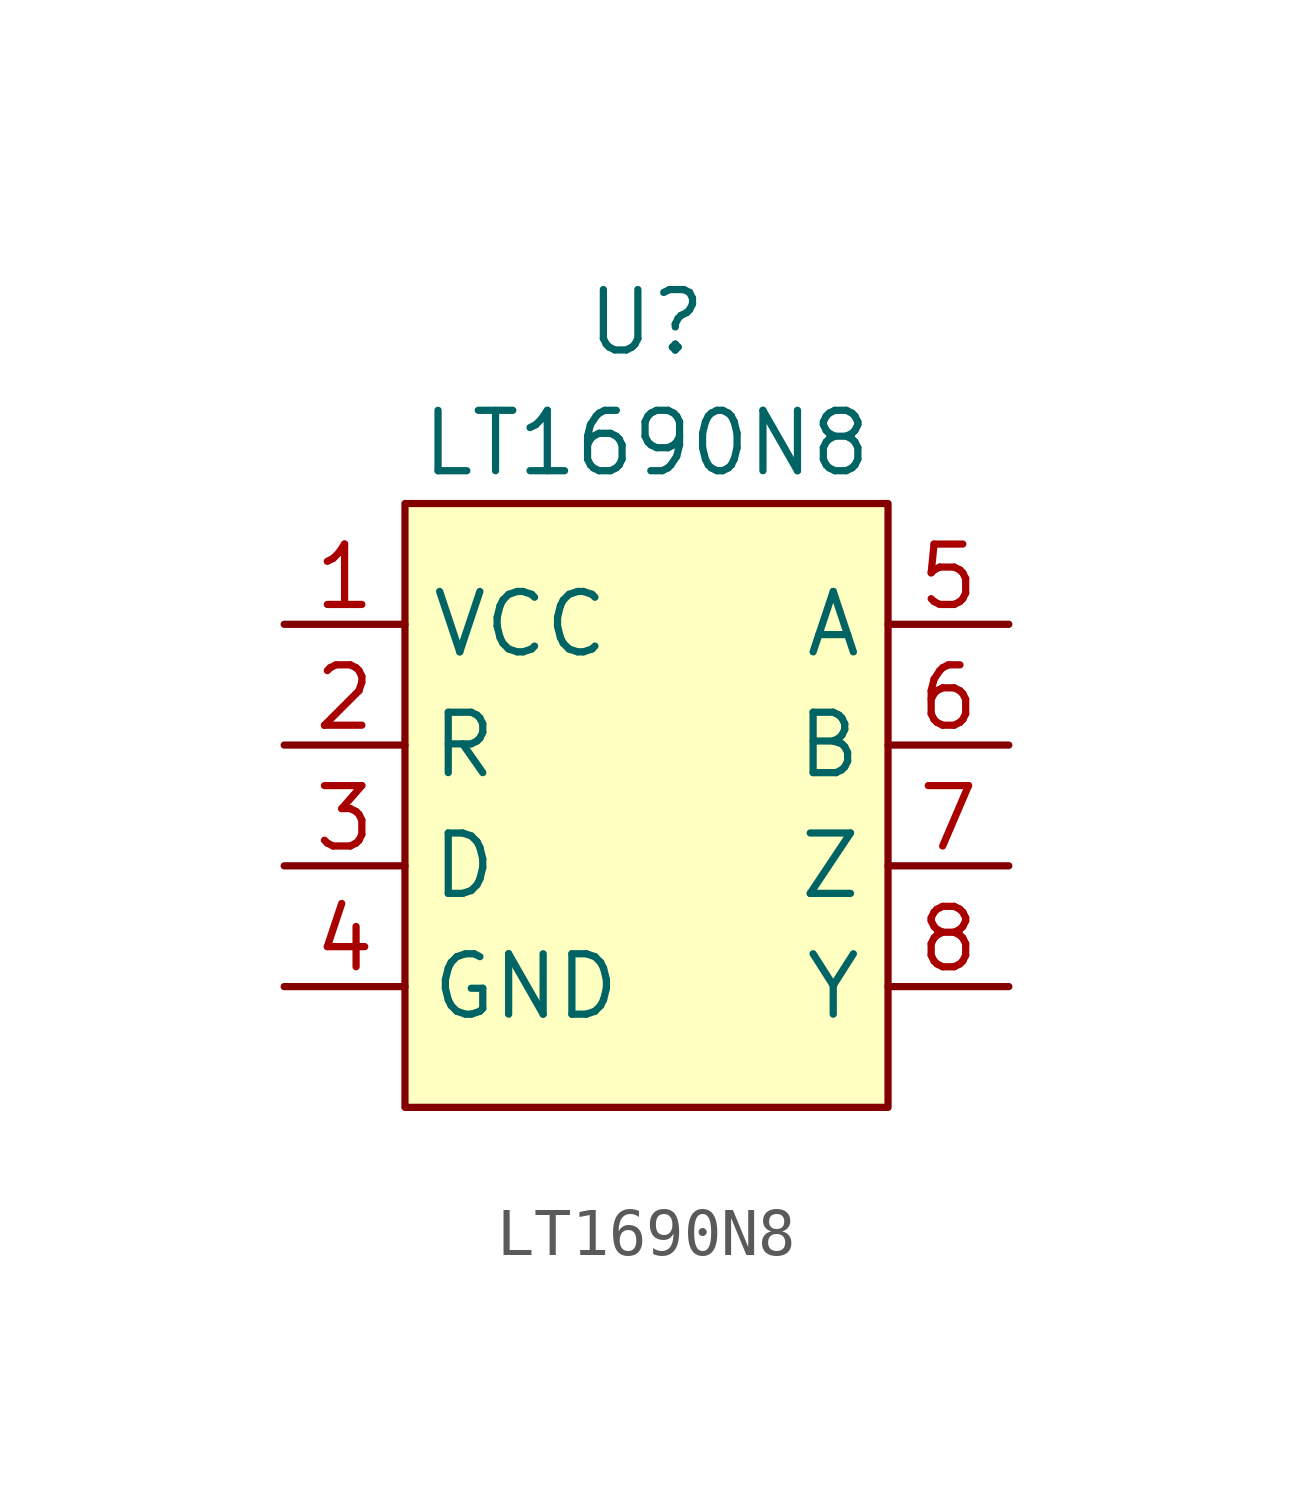
<source format=kicad_sym>
(kicad_symbol_lib
  (version 20211014)
  (generator kicad_symbol_editor)
  (symbol "LT1690N8"
    (property "Reference" "U"
      (at 0 10.16 0)
      (effects (font (size 1.27 1.27))))
    (property "Value" "LT1690N8"
      (at 0 7.62 0)
      (effects (font (size 1.27 1.27))))
    (symbol "LT1690N8_0_1"
      (rectangle (start -5.08 6.35) (end 5.08 -6.35) (stroke (width 0.152) (type default) (color 0 0 0 0)) (fill (type background))))
    (symbol "LT1690N8_1_1"
      (pin power_in line (at -7.62 3.81 0) (length 2.54) (name "VCC" (effects (font (size 1.27 1.27)))) (number "1" (effects (font (size 1.27 1.27)))))
      (pin output line (at -7.62 1.27 0) (length 2.54) (name "R" (effects (font (size 1.27 1.27)))) (number "2" (effects (font (size 1.27 1.27)))))
      (pin input line (at -7.62 -1.27 0) (length 2.54) (name "D" (effects (font (size 1.27 1.27)))) (number "3" (effects (font (size 1.27 1.27)))))
      (pin power_in line (at -7.62 -3.81 0) (length 2.54) (name "GND" (effects (font (size 1.27 1.27)))) (number "4" (effects (font (size 1.27 1.27)))))
      (pin input line (at 7.62 3.81 180) (length 2.54) (name "A" (effects (font (size 1.27 1.27)))) (number "5" (effects (font (size 1.27 1.27)))))
      (pin input line (at 7.62 1.27 180) (length 2.54) (name "B" (effects (font (size 1.27 1.27)))) (number "6" (effects (font (size 1.27 1.27)))))
      (pin output line (at 7.62 -1.27 180) (length 2.54) (name "Z" (effects (font (size 1.27 1.27)))) (number "7" (effects (font (size 1.27 1.27)))))
      (pin output line (at 7.62 -3.81 180) (length 2.54) (name "Y" (effects (font (size 1.27 1.27)))) (number "8" (effects (font (size 1.27 1.27))))))))
</source>
